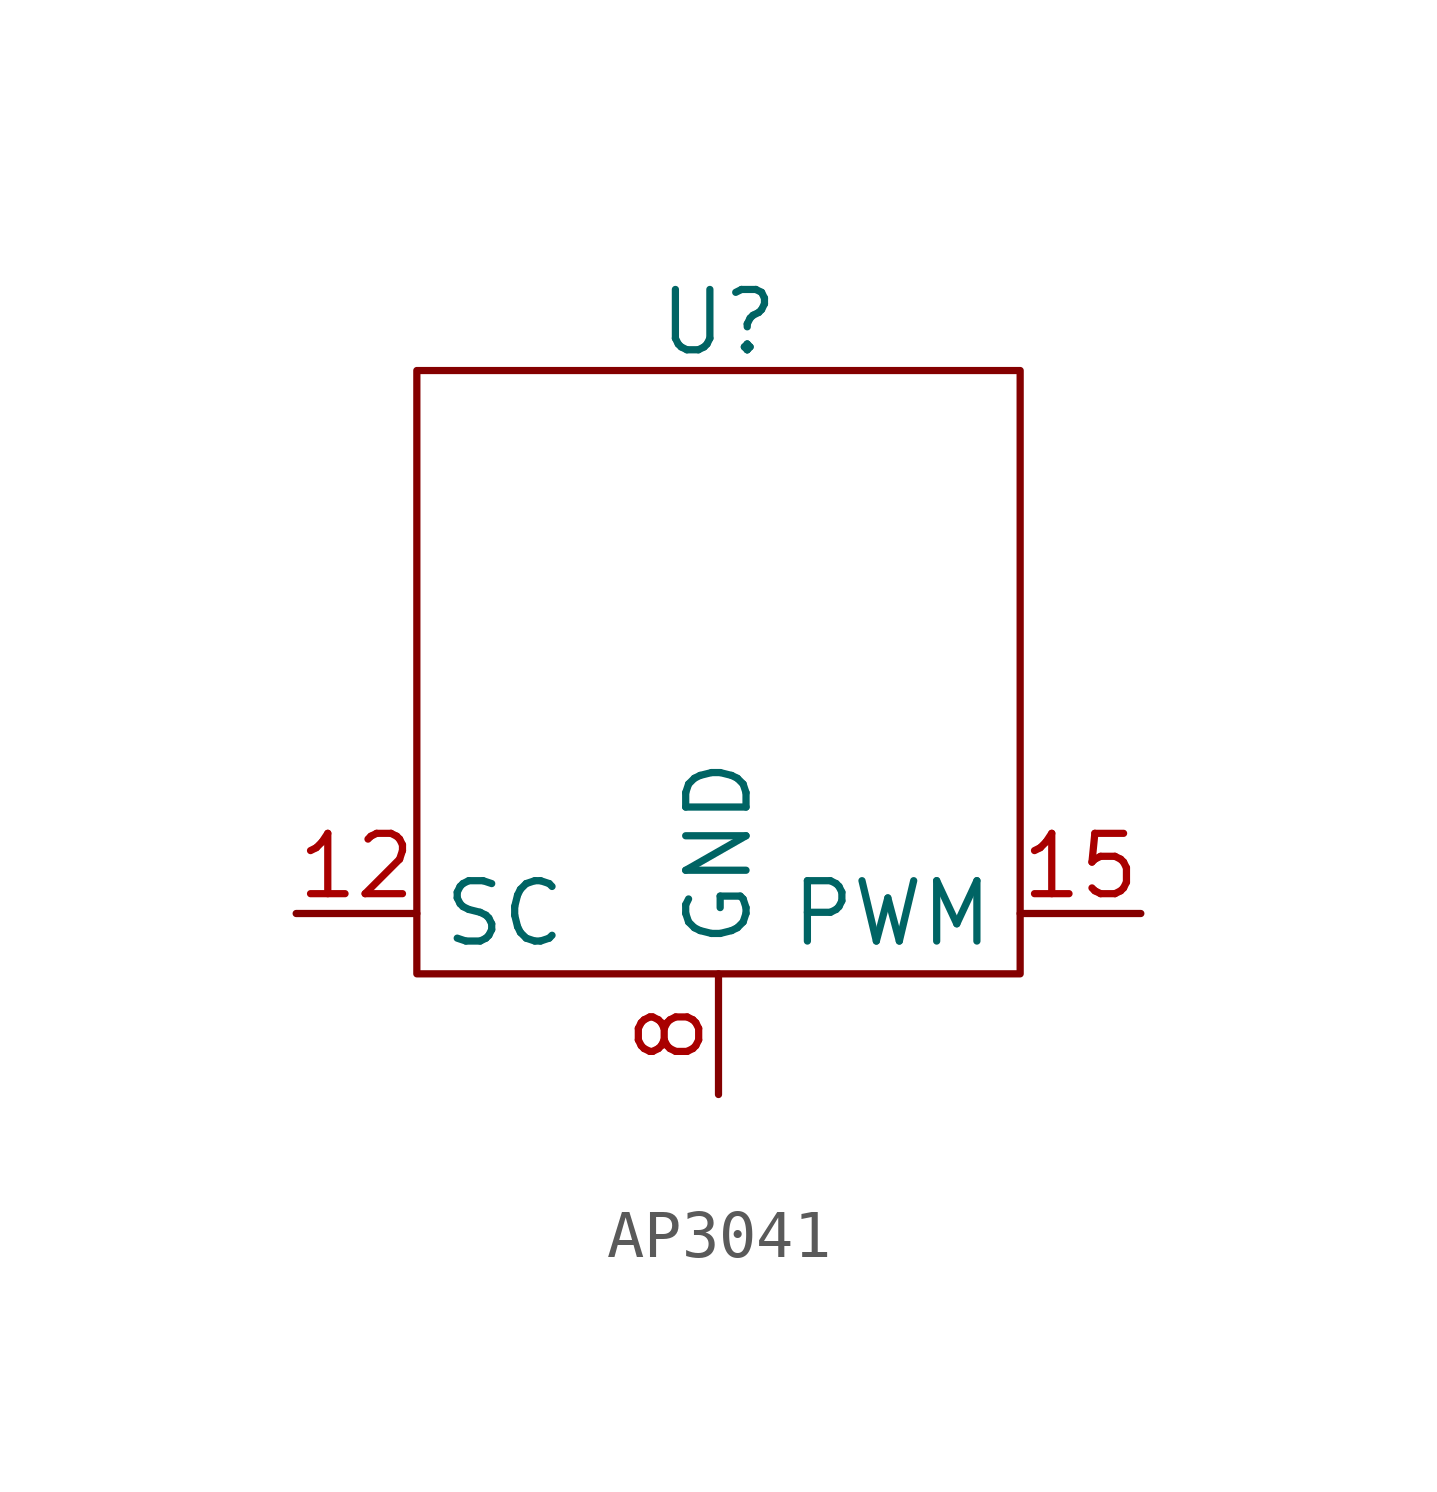
<source format=kicad_sym>
(kicad_symbol_lib
  (version 20231120)
  (generator "kicad_symbol_editor")
  (generator_version "8.0")
  (symbol "AP3041"
    (property "Reference" "U"
      (at 0 7.366 0)
      (effects (font (size 1.27 1.27))))
    (property "Value" ""
      (at 0 0 0)
      (effects (font (size 1.27 1.27))))
    (symbol "AP3041_0_1"
      (rectangle (start -6.35 6.35) (end 6.35 -6.35) (stroke (width 0) (type default)) (fill (type none))))
    (symbol "AP3041_1_1"
      (pin input line (at -8.89 -5.08 0) (length 2.54) (name "SC" (effects (font (size 1.27 1.27)))) (number "12" (effects (font (size 1.27 1.27)))))
      (pin input line (at 8.89 -5.08 180) (length 2.54) (name "PWM" (effects (font (size 1.27 1.27)))) (number "15" (effects (font (size 1.27 1.27)))))
      (pin power_in line (at 0 -8.89 90) (length 2.54) (name "GND" (effects (font (size 1.27 1.27)))) (number "8" (effects (font (size 1.27 1.27))))))))
</source>
